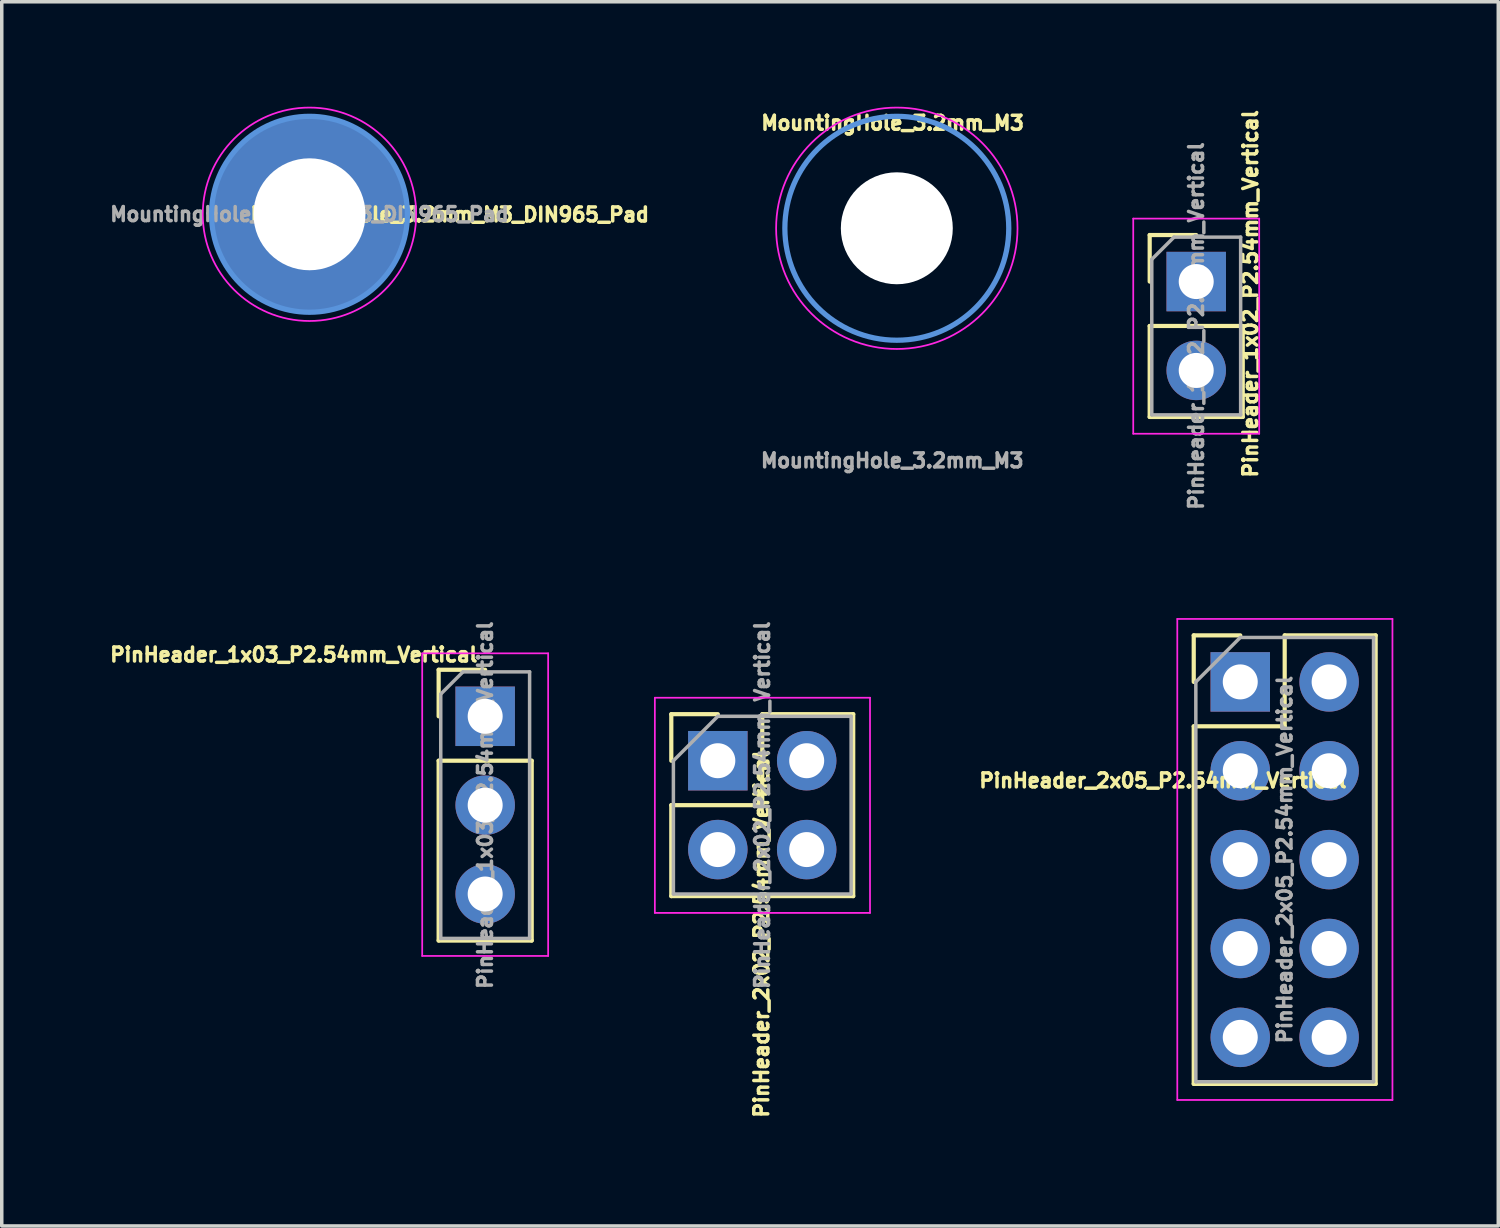
<source format=kicad_pcb>
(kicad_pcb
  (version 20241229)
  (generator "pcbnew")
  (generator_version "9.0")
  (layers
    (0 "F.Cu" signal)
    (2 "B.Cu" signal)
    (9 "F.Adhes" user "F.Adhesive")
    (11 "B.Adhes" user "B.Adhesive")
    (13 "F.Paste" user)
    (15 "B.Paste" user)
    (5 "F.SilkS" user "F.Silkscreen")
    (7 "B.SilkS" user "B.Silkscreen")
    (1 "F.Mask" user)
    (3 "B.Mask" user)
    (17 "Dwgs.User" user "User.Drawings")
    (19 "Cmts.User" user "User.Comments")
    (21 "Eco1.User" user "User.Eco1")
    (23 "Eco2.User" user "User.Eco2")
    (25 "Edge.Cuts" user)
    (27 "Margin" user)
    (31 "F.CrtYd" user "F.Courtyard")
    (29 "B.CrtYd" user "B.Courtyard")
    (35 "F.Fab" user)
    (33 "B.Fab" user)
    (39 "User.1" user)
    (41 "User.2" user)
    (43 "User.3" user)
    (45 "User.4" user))
  (footprint "PinHeader_1x02_P2.54mm_Vertical"
    (layer "F.Cu")
    (at 31.142 4.998)
    (property "Reference" "PinHeader_1x02_P2.54mm_Vertical" (at 1.55 0.35 90) (layer "F.SilkS") (effects (font (size 0.4 0.4) (thickness 0.15))))
    (attr through_hole)
    (fp_line (start -1.33 -1.33) (end 0 -1.33) (stroke (width 0.12) (type solid)) (layer "F.SilkS"))
    (fp_line (start -1.33 0) (end -1.33 -1.33) (stroke (width 0.12) (type solid)) (layer "F.SilkS"))
    (fp_line (start -1.33 1.27) (end -1.33 3.87) (stroke (width 0.12) (type solid)) (layer "F.SilkS"))
    (fp_line (start -1.33 1.27) (end 1.33 1.27) (stroke (width 0.12) (type solid)) (layer "F.SilkS"))
    (fp_line (start -1.33 3.87) (end 1.33 3.87) (stroke (width 0.12) (type solid)) (layer "F.SilkS"))
    (fp_line (start 1.33 1.27) (end 1.33 3.87) (stroke (width 0.12) (type solid)) (layer "F.SilkS"))
    (fp_line (start -1.8 -1.8) (end -1.8 4.35) (stroke (width 0.05) (type solid)) (layer "F.CrtYd"))
    (fp_line (start -1.8 4.35) (end 1.8 4.35) (stroke (width 0.05) (type solid)) (layer "F.CrtYd"))
    (fp_line (start 1.8 -1.8) (end -1.8 -1.8) (stroke (width 0.05) (type solid)) (layer "F.CrtYd"))
    (fp_line (start 1.8 4.35) (end 1.8 -1.8) (stroke (width 0.05) (type solid)) (layer "F.CrtYd"))
    (fp_line (start -1.27 -0.635) (end -0.635 -1.27) (stroke (width 0.1) (type solid)) (layer "F.Fab"))
    (fp_line (start -1.27 3.81) (end -1.27 -0.635) (stroke (width 0.1) (type solid)) (layer "F.Fab"))
    (fp_line (start -0.635 -1.27) (end 1.27 -1.27) (stroke (width 0.1) (type solid)) (layer "F.Fab"))
    (fp_line (start 1.27 -1.27) (end 1.27 3.81) (stroke (width 0.1) (type solid)) (layer "F.Fab"))
    (fp_line (start 1.27 3.81) (end -1.27 3.81) (stroke (width 0.1) (type solid)) (layer "F.Fab"))
    (fp_text user "${REFERENCE}" (at 0 1.27 90) (layer "F.Fab") (effects (font (size 0.4 0.4) (thickness 0.15))))
    (pad "1" thru_hole rect (at 0 0) (size 1.7 1.7) (drill 1) (layers "*.Cu" "*.Mask"))
    (pad "2" thru_hole oval (at 0 2.54) (size 1.7 1.7) (drill 1) (layers "*.Cu" "*.Mask")))
  (footprint "PinHeader_2x02_P2.54mm_Vertical"
    (layer "F.Cu")
    (at 17.468 18.694)
    (property "Reference" "PinHeader_2x02_P2.54mm_Vertical" (at 1.248 4.95 270) (layer "F.SilkS") (effects (font (size 0.4 0.4) (thickness 0.15))))
    (attr through_hole)
    (fp_line (start -1.33 -1.33) (end 0 -1.33) (stroke (width 0.12) (type solid)) (layer "F.SilkS"))
    (fp_line (start -1.33 0) (end -1.33 -1.33) (stroke (width 0.12) (type solid)) (layer "F.SilkS"))
    (fp_line (start -1.33 1.27) (end -1.33 3.87) (stroke (width 0.12) (type solid)) (layer "F.SilkS"))
    (fp_line (start -1.33 1.27) (end 1.27 1.27) (stroke (width 0.12) (type solid)) (layer "F.SilkS"))
    (fp_line (start -1.33 3.87) (end 3.87 3.87) (stroke (width 0.12) (type solid)) (layer "F.SilkS"))
    (fp_line (start 1.27 -1.33) (end 3.87 -1.33) (stroke (width 0.12) (type solid)) (layer "F.SilkS"))
    (fp_line (start 1.27 1.27) (end 1.27 -1.33) (stroke (width 0.12) (type solid)) (layer "F.SilkS"))
    (fp_line (start 3.87 -1.33) (end 3.87 3.87) (stroke (width 0.12) (type solid)) (layer "F.SilkS"))
    (fp_line (start -1.8 -1.8) (end -1.8 4.35) (stroke (width 0.05) (type solid)) (layer "F.CrtYd"))
    (fp_line (start -1.8 4.35) (end 4.35 4.35) (stroke (width 0.05) (type solid)) (layer "F.CrtYd"))
    (fp_line (start 4.35 -1.8) (end -1.8 -1.8) (stroke (width 0.05) (type solid)) (layer "F.CrtYd"))
    (fp_line (start 4.35 4.35) (end 4.35 -1.8) (stroke (width 0.05) (type solid)) (layer "F.CrtYd"))
    (fp_line (start -1.27 0) (end 0 -1.27) (stroke (width 0.1) (type solid)) (layer "F.Fab"))
    (fp_line (start -1.27 3.81) (end -1.27 0) (stroke (width 0.1) (type solid)) (layer "F.Fab"))
    (fp_line (start 0 -1.27) (end 3.81 -1.27) (stroke (width 0.1) (type solid)) (layer "F.Fab"))
    (fp_line (start 3.81 -1.27) (end 3.81 3.81) (stroke (width 0.1) (type solid)) (layer "F.Fab"))
    (fp_line (start 3.81 3.81) (end -1.27 3.81) (stroke (width 0.1) (type solid)) (layer "F.Fab"))
    (fp_text user "${REFERENCE}" (at 1.27 1.27 270) (layer "F.Fab") (effects (font (size 0.4 0.4) (thickness 0.15))))
    (pad "1" thru_hole rect (at 0 0) (size 1.7 1.7) (drill 1) (layers "*.Cu" "*.Mask"))
    (pad "2" thru_hole oval (at 2.54 0) (size 1.7 1.7) (drill 1) (layers "*.Cu" "*.Mask"))
    (pad "3" thru_hole oval (at 0 2.54) (size 1.7 1.7) (drill 1) (layers "*.Cu" "*.Mask"))
    (pad "4" thru_hole oval (at 2.54 2.54) (size 1.7 1.7) (drill 1) (layers "*.Cu" "*.Mask")))
  (footprint "PinHeader_2x05_P2.54mm_Vertical"
    (layer "F.Cu")
    (at 32.401 16.441)
    (property "Reference" "PinHeader_2x05_P2.54mm_Vertical" (at -2.21 2.82 180) (layer "F.SilkS") (effects (font (size 0.4 0.4) (thickness 0.15))))
    (attr through_hole)
    (fp_line (start -1.33 -1.33) (end 0 -1.33) (stroke (width 0.12) (type solid)) (layer "F.SilkS"))
    (fp_line (start -1.33 0) (end -1.33 -1.33) (stroke (width 0.12) (type solid)) (layer "F.SilkS"))
    (fp_line (start -1.33 1.27) (end -1.33 11.49) (stroke (width 0.12) (type solid)) (layer "F.SilkS"))
    (fp_line (start -1.33 1.27) (end 1.27 1.27) (stroke (width 0.12) (type solid)) (layer "F.SilkS"))
    (fp_line (start -1.33 11.49) (end 3.87 11.49) (stroke (width 0.12) (type solid)) (layer "F.SilkS"))
    (fp_line (start 1.27 -1.33) (end 3.87 -1.33) (stroke (width 0.12) (type solid)) (layer "F.SilkS"))
    (fp_line (start 1.27 1.27) (end 1.27 -1.33) (stroke (width 0.12) (type solid)) (layer "F.SilkS"))
    (fp_line (start 3.87 -1.33) (end 3.87 11.49) (stroke (width 0.12) (type solid)) (layer "F.SilkS"))
    (fp_line (start -1.8 -1.8) (end -1.8 11.95) (stroke (width 0.05) (type solid)) (layer "F.CrtYd"))
    (fp_line (start -1.8 11.95) (end 4.35 11.95) (stroke (width 0.05) (type solid)) (layer "F.CrtYd"))
    (fp_line (start 4.35 -1.8) (end -1.8 -1.8) (stroke (width 0.05) (type solid)) (layer "F.CrtYd"))
    (fp_line (start 4.35 11.95) (end 4.35 -1.8) (stroke (width 0.05) (type solid)) (layer "F.CrtYd"))
    (fp_line (start -1.27 0) (end 0 -1.27) (stroke (width 0.1) (type solid)) (layer "F.Fab"))
    (fp_line (start -1.27 11.43) (end -1.27 0) (stroke (width 0.1) (type solid)) (layer "F.Fab"))
    (fp_line (start 0 -1.27) (end 3.81 -1.27) (stroke (width 0.1) (type solid)) (layer "F.Fab"))
    (fp_line (start 3.81 -1.27) (end 3.81 11.43) (stroke (width 0.1) (type solid)) (layer "F.Fab"))
    (fp_line (start 3.81 11.43) (end -1.27 11.43) (stroke (width 0.1) (type solid)) (layer "F.Fab"))
    (fp_text user "${REFERENCE}" (at 1.27 5.08 270) (layer "F.Fab") (effects (font (size 0.4 0.4) (thickness 0.15))))
    (pad "1" thru_hole rect (at 0 0) (size 1.7 1.7) (drill 1) (layers "*.Cu" "*.Mask"))
    (pad "2" thru_hole oval (at 2.54 0) (size 1.7 1.7) (drill 1) (layers "*.Cu" "*.Mask"))
    (pad "3" thru_hole oval (at 0 2.54) (size 1.7 1.7) (drill 1) (layers "*.Cu" "*.Mask"))
    (pad "4" thru_hole oval (at 2.54 2.54) (size 1.7 1.7) (drill 1) (layers "*.Cu" "*.Mask"))
    (pad "5" thru_hole oval (at 0 5.08) (size 1.7 1.7) (drill 1) (layers "*.Cu" "*.Mask"))
    (pad "6" thru_hole oval (at 2.54 5.08) (size 1.7 1.7) (drill 1) (layers "*.Cu" "*.Mask"))
    (pad "7" thru_hole oval (at 0 7.62) (size 1.7 1.7) (drill 1) (layers "*.Cu" "*.Mask"))
    (pad "8" thru_hole oval (at 2.54 7.62) (size 1.7 1.7) (drill 1) (layers "*.Cu" "*.Mask"))
    (pad "9" thru_hole oval (at 0 10.16) (size 1.7 1.7) (drill 1) (layers "*.Cu" "*.Mask"))
    (pad "10" thru_hole oval (at 2.54 10.16) (size 1.7 1.7) (drill 1) (layers "*.Cu" "*.Mask")))
  (footprint "PinHeader_1x03_P2.54mm_Vertical"
    (layer "F.Cu")
    (at 10.818 17.424)
    (property "Reference" "PinHeader_1x03_P2.54mm_Vertical" (at -5.47 -1.76 180) (layer "F.SilkS") (effects (font (size 0.4 0.4) (thickness 0.15))))
    (attr through_hole)
    (fp_line (start -1.33 -1.33) (end 0 -1.33) (stroke (width 0.12) (type solid)) (layer "F.SilkS"))
    (fp_line (start -1.33 0) (end -1.33 -1.33) (stroke (width 0.12) (type solid)) (layer "F.SilkS"))
    (fp_line (start -1.33 1.27) (end -1.33 6.41) (stroke (width 0.12) (type solid)) (layer "F.SilkS"))
    (fp_line (start -1.33 1.27) (end 1.33 1.27) (stroke (width 0.12) (type solid)) (layer "F.SilkS"))
    (fp_line (start -1.33 6.41) (end 1.33 6.41) (stroke (width 0.12) (type solid)) (layer "F.SilkS"))
    (fp_line (start 1.33 1.27) (end 1.33 6.41) (stroke (width 0.12) (type solid)) (layer "F.SilkS"))
    (fp_line (start -1.8 -1.8) (end -1.8 6.85) (stroke (width 0.05) (type solid)) (layer "F.CrtYd"))
    (fp_line (start -1.8 6.85) (end 1.8 6.85) (stroke (width 0.05) (type solid)) (layer "F.CrtYd"))
    (fp_line (start 1.8 -1.8) (end -1.8 -1.8) (stroke (width 0.05) (type solid)) (layer "F.CrtYd"))
    (fp_line (start 1.8 6.85) (end 1.8 -1.8) (stroke (width 0.05) (type solid)) (layer "F.CrtYd"))
    (fp_line (start -1.27 -0.635) (end -0.635 -1.27) (stroke (width 0.1) (type solid)) (layer "F.Fab"))
    (fp_line (start -1.27 6.35) (end -1.27 -0.635) (stroke (width 0.1) (type solid)) (layer "F.Fab"))
    (fp_line (start -0.635 -1.27) (end 1.27 -1.27) (stroke (width 0.1) (type solid)) (layer "F.Fab"))
    (fp_line (start 1.27 -1.27) (end 1.27 6.35) (stroke (width 0.1) (type solid)) (layer "F.Fab"))
    (fp_line (start 1.27 6.35) (end -1.27 6.35) (stroke (width 0.1) (type solid)) (layer "F.Fab"))
    (fp_text user "${REFERENCE}" (at 0 2.54 270) (layer "F.Fab") (effects (font (size 0.4 0.4) (thickness 0.15))))
    (pad "1" thru_hole rect (at 0 0) (size 1.7 1.7) (drill 1) (layers "*.Cu" "*.Mask"))
    (pad "2" thru_hole oval (at 0 2.54) (size 1.7 1.7) (drill 1) (layers "*.Cu" "*.Mask"))
    (pad "3" thru_hole oval (at 0 5.08) (size 1.7 1.7) (drill 1) (layers "*.Cu" "*.Mask")))
  (footprint "MountingHole_3.2mm_M3"
    (layer "F.Cu")
    (at 22.584 3.475)
    (property "Reference" "MountingHole_3.2mm_M3" (at -0.12 -3.01 0) (layer "F.SilkS") (effects (font (size 0.4 0.4) (thickness 0.15))))
    (attr exclude_from_pos_files)
    (fp_circle (center 0 0) (end 3.2 0) (stroke (width 0.15) (type solid)) (fill no) (layer "Cmts.User"))
    (fp_circle (center 0 0) (end 3.45 0) (stroke (width 0.05) (type solid)) (fill no) (layer "F.CrtYd"))
    (fp_text user "${REFERENCE}" (at -0.13 6.64 0) (layer "F.Fab") (effects (font (size 0.4 0.4) (thickness 0.15))))
    (pad "" np_thru_hole circle (at 0 0) (size 3.2 3.2) (drill 3.2) (layers "*.Cu" "*.Mask")))
  (footprint "MountingHole_3.2mm_M3_DIN965_Pad"
    (layer "F.Cu")
    (at 5.796 3.075)
    (property "Reference" "MountingHole_3.2mm_M3_DIN965_Pad" (at 4.01 0.01 180) (layer "F.SilkS") (effects (font (size 0.4 0.4) (thickness 0.15))))
    (attr exclude_from_pos_files)
    (fp_circle (center 0 0) (end 2.8 0) (stroke (width 0.15) (type solid)) (fill no) (layer "Cmts.User"))
    (fp_circle (center 0 0) (end 3.05 0) (stroke (width 0.05) (type solid)) (fill no) (layer "F.CrtYd"))
    (fp_text user "${REFERENCE}" (at 0 0 180) (layer "F.Fab") (effects (font (size 0.4 0.4) (thickness 0.15))))
    (pad "1" thru_hole circle (at 0 0) (size 5.6 5.6) (drill 3.2) (layers "*.Cu" "*.Mask")))
  (gr_rect
    (start -3 -3)
    (end 39.776 31.992)
    (stroke (width 0.1) (type default))
    (fill no)
    (layer "Edge.Cuts")))
</source>
